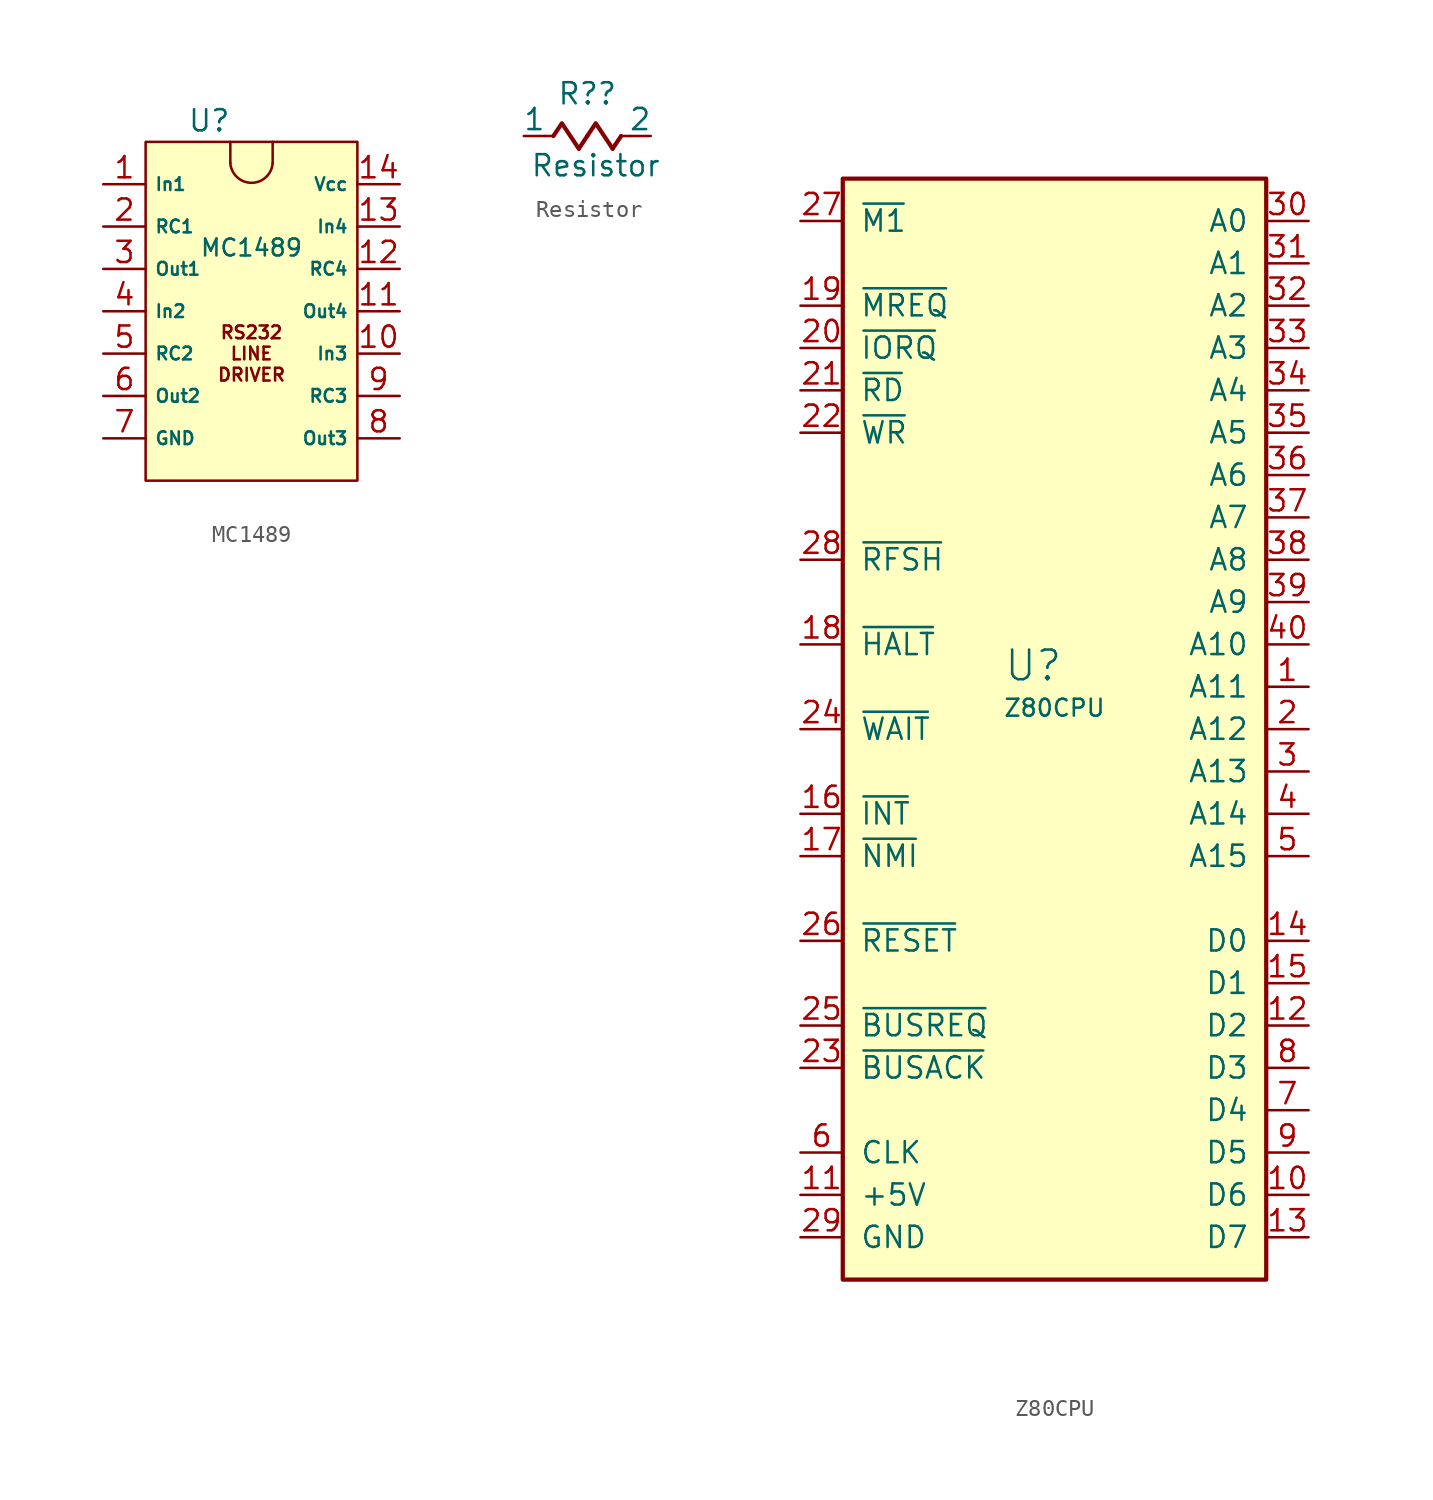
<source format=kicad_sym>
(kicad_symbol_lib
  (version 20211014)
  (generator kicad_symbol_editor)
  (symbol "MC1489"
    (property "Reference" "U"
      (at 6.35 26.67 0)
      (effects (font (size 1.27 1.27))))
    (property "Value" "MC1489"
      (at 8.89 19.05 0)
      (effects (font (size 1.016 1.016))))
    (symbol "MC1489_0_0"
      (text "DRIVER" (at 8.89 11.43 0) (effects (font (size 0.762 0.762))))
      (text "LINE" (at 8.89 12.7 0) (effects (font (size 0.762 0.762))))
      (text "RS232" (at 8.89 13.97 0) (effects (font (size 0.762 0.762)))))
    (symbol "MC1489_0_1"
      (polyline (pts (xy 7.62 25.4) (xy 7.62 24.13)) (stroke (width 0) (type default) (color 0 0 0 0)) (fill (type none)))
      (polyline (pts (xy 10.16 25.4) (xy 10.16 24.13)) (stroke (width 0) (type default) (color 0 0 0 0)) (fill (type none)))
      (rectangle (start 2.54 25.4) (end 15.24 5.08) (stroke (width 0) (type default) (color 0 0 0 0)) (fill (type background)))
      (arc (start 7.62 24.13) (mid 8.89 22.943) (end 10.16 24.13) (stroke (width 0) (type default) (color 0 0 0 0)) (fill (type none))))
    (symbol "MC1489_1_1"
      (pin input line (at 0 22.86 0) (length 2.54) (name "In1" (effects (font (size 0.762 0.762)))) (number "1" (effects (font (size 1.27 1.27)))))
      (pin input line (at 17.78 12.7 180) (length 2.54) (name "In3" (effects (font (size 0.762 0.762)))) (number "10" (effects (font (size 1.27 1.27)))))
      (pin output line (at 17.78 15.24 180) (length 2.54) (name "Out4" (effects (font (size 0.762 0.762)))) (number "11" (effects (font (size 1.27 1.27)))))
      (pin input line (at 17.78 17.78 180) (length 2.54) (name "RC4" (effects (font (size 0.762 0.762)))) (number "12" (effects (font (size 1.27 1.27)))))
      (pin input line (at 17.78 20.32 180) (length 2.54) (name "In4" (effects (font (size 0.762 0.762)))) (number "13" (effects (font (size 1.27 1.27)))))
      (pin power_in line (at 17.78 22.86 180) (length 2.54) (name "Vcc" (effects (font (size 0.762 0.762)))) (number "14" (effects (font (size 1.27 1.27)))))
      (pin input line (at 0 20.32 0) (length 2.54) (name "RC1" (effects (font (size 0.762 0.762)))) (number "2" (effects (font (size 1.27 1.27)))))
      (pin output line (at 0 17.78 0) (length 2.54) (name "Out1" (effects (font (size 0.762 0.762)))) (number "3" (effects (font (size 1.27 1.27)))))
      (pin input line (at 0 15.24 0) (length 2.54) (name "In2" (effects (font (size 0.762 0.762)))) (number "4" (effects (font (size 1.27 1.27)))))
      (pin input line (at 0 12.7 0) (length 2.54) (name "RC2" (effects (font (size 0.762 0.762)))) (number "5" (effects (font (size 1.27 1.27)))))
      (pin output line (at 0 10.16 0) (length 2.54) (name "Out2" (effects (font (size 0.762 0.762)))) (number "6" (effects (font (size 1.27 1.27)))))
      (pin power_in line (at 0 7.62 0) (length 2.54) (name "GND" (effects (font (size 0.762 0.762)))) (number "7" (effects (font (size 1.27 1.27)))))
      (pin output line (at 17.78 7.62 180) (length 2.54) (name "Out3" (effects (font (size 0.762 0.762)))) (number "8" (effects (font (size 1.27 1.27)))))
      (pin input line (at 17.78 10.16 180) (length 2.54) (name "RC3" (effects (font (size 0.762 0.762)))) (number "9" (effects (font (size 1.27 1.27)))))))
  (symbol "Resistor"
    (pin_numbers hide)
    (pin_names
      (offset 0))
    (property "Reference" "R?"
      (at 3.81 2.54 0)
      (effects (font (size 1.27 1.27))))
    (property "Value" "Resistor"
      (at 4.318 -1.778 0)
      (effects (font (size 1.27 1.27))))
    (symbol "Resistor_0_1"
      (polyline (pts (xy 1.778 0) (xy 1.27 0)) (stroke (width 0) (type default) (color 0 0 0 0)) (fill (type none)))
      (polyline (pts (xy 3.302 -0.762) (xy 3.81 0)) (stroke (width 0.254) (type default) (color 0 0 0 0)) (fill (type none)))
      (polyline (pts (xy 5.334 -0.762) (xy 5.842 0)) (stroke (width 0.254) (type default) (color 0 0 0 0)) (fill (type none)))
      (polyline (pts (xy 5.842 0) (xy 6.35 0)) (stroke (width 0) (type default) (color 0 0 0 0)) (fill (type none)))
      (polyline (pts (xy 1.778 0) (xy 2.286 0.762) (xy 3.302 -0.762)) (stroke (width 0.254) (type default) (color 0 0 0 0)) (fill (type none))))
    (symbol "Resistor_1_1"
      (polyline (pts (xy 3.81 0) (xy 4.318 0.762) (xy 5.334 -0.762)) (stroke (width 0.254) (type default) (color 0 0 0 0)) (fill (type none)))
      (pin passive line (at 0 0 0) (length 1.27) (name "1" (effects (font (size 1.27 1.27)))) (number "1" (effects (font (size 1.27 1.27)))))
      (pin passive line (at 7.62 0 180) (length 1.27) (name "2" (effects (font (size 1.27 1.27)))) (number "2" (effects (font (size 1.27 1.27)))))))
  (symbol "Z80CPU"
    (pin_names
      (offset 1.016))
    (property "Reference" "U"
      (at -1.27 1.27 0)
      (effects (font (size 1.778 1.778))))
    (property "Value" "Z80CPU"
      (at 0 -1.27 0)
      (effects (font (size 1.016 1.016))))
    (symbol "Z80CPU_1_1"
      (rectangle (start -12.7 30.48) (end 12.7 -35.56) (stroke (width 0.254) (type default) (color 0 0 0 0)) (fill (type background)))
      (pin output line (at 15.24 0 180) (length 2.54) (name "A11" (effects (font (size 1.27 1.27)))) (number "1" (effects (font (size 1.27 1.27)))))
      (pin bidirectional line (at 15.24 -30.48 180) (length 2.54) (name "D6" (effects (font (size 1.27 1.27)))) (number "10" (effects (font (size 1.27 1.27)))))
      (pin power_in line (at -15.24 -30.48 0) (length 2.54) (name "+5V" (effects (font (size 1.27 1.27)))) (number "11" (effects (font (size 1.27 1.27)))))
      (pin bidirectional line (at 15.24 -20.32 180) (length 2.54) (name "D2" (effects (font (size 1.27 1.27)))) (number "12" (effects (font (size 1.27 1.27)))))
      (pin bidirectional line (at 15.24 -33.02 180) (length 2.54) (name "D7" (effects (font (size 1.27 1.27)))) (number "13" (effects (font (size 1.27 1.27)))))
      (pin bidirectional line (at 15.24 -15.24 180) (length 2.54) (name "D0" (effects (font (size 1.27 1.27)))) (number "14" (effects (font (size 1.27 1.27)))))
      (pin bidirectional line (at 15.24 -17.78 180) (length 2.54) (name "D1" (effects (font (size 1.27 1.27)))) (number "15" (effects (font (size 1.27 1.27)))))
      (pin input line (at -15.24 -7.62 0) (length 2.54) (name "~{INT}" (effects (font (size 1.27 1.27)))) (number "16" (effects (font (size 1.27 1.27)))))
      (pin input line (at -15.24 -10.16 0) (length 2.54) (name "~{NMI}" (effects (font (size 1.27 1.27)))) (number "17" (effects (font (size 1.27 1.27)))))
      (pin output line (at -15.24 2.54 0) (length 2.54) (name "~{HALT}" (effects (font (size 1.27 1.27)))) (number "18" (effects (font (size 1.27 1.27)))))
      (pin output line (at -15.24 22.86 0) (length 2.54) (name "~{MREQ}" (effects (font (size 1.27 1.27)))) (number "19" (effects (font (size 1.27 1.27)))))
      (pin output line (at 15.24 -2.54 180) (length 2.54) (name "A12" (effects (font (size 1.27 1.27)))) (number "2" (effects (font (size 1.27 1.27)))))
      (pin output line (at -15.24 20.32 0) (length 2.54) (name "~{IORQ}" (effects (font (size 1.27 1.27)))) (number "20" (effects (font (size 1.27 1.27)))))
      (pin output line (at -15.24 17.78 0) (length 2.54) (name "~{RD}" (effects (font (size 1.27 1.27)))) (number "21" (effects (font (size 1.27 1.27)))))
      (pin output line (at -15.24 15.24 0) (length 2.54) (name "~{WR}" (effects (font (size 1.27 1.27)))) (number "22" (effects (font (size 1.27 1.27)))))
      (pin output line (at -15.24 -22.86 0) (length 2.54) (name "~{BUSACK}" (effects (font (size 1.27 1.27)))) (number "23" (effects (font (size 1.27 1.27)))))
      (pin input line (at -15.24 -2.54 0) (length 2.54) (name "~{WAIT}" (effects (font (size 1.27 1.27)))) (number "24" (effects (font (size 1.27 1.27)))))
      (pin input line (at -15.24 -20.32 0) (length 2.54) (name "~{BUSREQ}" (effects (font (size 1.27 1.27)))) (number "25" (effects (font (size 1.27 1.27)))))
      (pin input line (at -15.24 -15.24 0) (length 2.54) (name "~{RESET}" (effects (font (size 1.27 1.27)))) (number "26" (effects (font (size 1.27 1.27)))))
      (pin output line (at -15.24 27.94 0) (length 2.54) (name "~{M1}" (effects (font (size 1.27 1.27)))) (number "27" (effects (font (size 1.27 1.27)))))
      (pin output line (at -15.24 7.62 0) (length 2.54) (name "~{RFSH}" (effects (font (size 1.27 1.27)))) (number "28" (effects (font (size 1.27 1.27)))))
      (pin power_in line (at -15.24 -33.02 0) (length 2.54) (name "GND" (effects (font (size 1.27 1.27)))) (number "29" (effects (font (size 1.27 1.27)))))
      (pin output line (at 15.24 -5.08 180) (length 2.54) (name "A13" (effects (font (size 1.27 1.27)))) (number "3" (effects (font (size 1.27 1.27)))))
      (pin output line (at 15.24 27.94 180) (length 2.54) (name "A0" (effects (font (size 1.27 1.27)))) (number "30" (effects (font (size 1.27 1.27)))))
      (pin output line (at 15.24 25.4 180) (length 2.54) (name "A1" (effects (font (size 1.27 1.27)))) (number "31" (effects (font (size 1.27 1.27)))))
      (pin output line (at 15.24 22.86 180) (length 2.54) (name "A2" (effects (font (size 1.27 1.27)))) (number "32" (effects (font (size 1.27 1.27)))))
      (pin output line (at 15.24 20.32 180) (length 2.54) (name "A3" (effects (font (size 1.27 1.27)))) (number "33" (effects (font (size 1.27 1.27)))))
      (pin output line (at 15.24 17.78 180) (length 2.54) (name "A4" (effects (font (size 1.27 1.27)))) (number "34" (effects (font (size 1.27 1.27)))))
      (pin output line (at 15.24 15.24 180) (length 2.54) (name "A5" (effects (font (size 1.27 1.27)))) (number "35" (effects (font (size 1.27 1.27)))))
      (pin output line (at 15.24 12.7 180) (length 2.54) (name "A6" (effects (font (size 1.27 1.27)))) (number "36" (effects (font (size 1.27 1.27)))))
      (pin output line (at 15.24 10.16 180) (length 2.54) (name "A7" (effects (font (size 1.27 1.27)))) (number "37" (effects (font (size 1.27 1.27)))))
      (pin output line (at 15.24 7.62 180) (length 2.54) (name "A8" (effects (font (size 1.27 1.27)))) (number "38" (effects (font (size 1.27 1.27)))))
      (pin output line (at 15.24 5.08 180) (length 2.54) (name "A9" (effects (font (size 1.27 1.27)))) (number "39" (effects (font (size 1.27 1.27)))))
      (pin output line (at 15.24 -7.62 180) (length 2.54) (name "A14" (effects (font (size 1.27 1.27)))) (number "4" (effects (font (size 1.27 1.27)))))
      (pin output line (at 15.24 2.54 180) (length 2.54) (name "A10" (effects (font (size 1.27 1.27)))) (number "40" (effects (font (size 1.27 1.27)))))
      (pin output line (at 15.24 -10.16 180) (length 2.54) (name "A15" (effects (font (size 1.27 1.27)))) (number "5" (effects (font (size 1.27 1.27)))))
      (pin input line (at -15.24 -27.94 0) (length 2.54) (name "CLK" (effects (font (size 1.27 1.27)))) (number "6" (effects (font (size 1.27 1.27)))))
      (pin bidirectional line (at 15.24 -25.4 180) (length 2.54) (name "D4" (effects (font (size 1.27 1.27)))) (number "7" (effects (font (size 1.27 1.27)))))
      (pin bidirectional line (at 15.24 -22.86 180) (length 2.54) (name "D3" (effects (font (size 1.27 1.27)))) (number "8" (effects (font (size 1.27 1.27)))))
      (pin bidirectional line (at 15.24 -27.94 180) (length 2.54) (name "D5" (effects (font (size 1.27 1.27)))) (number "9" (effects (font (size 1.27 1.27))))))))
</source>
